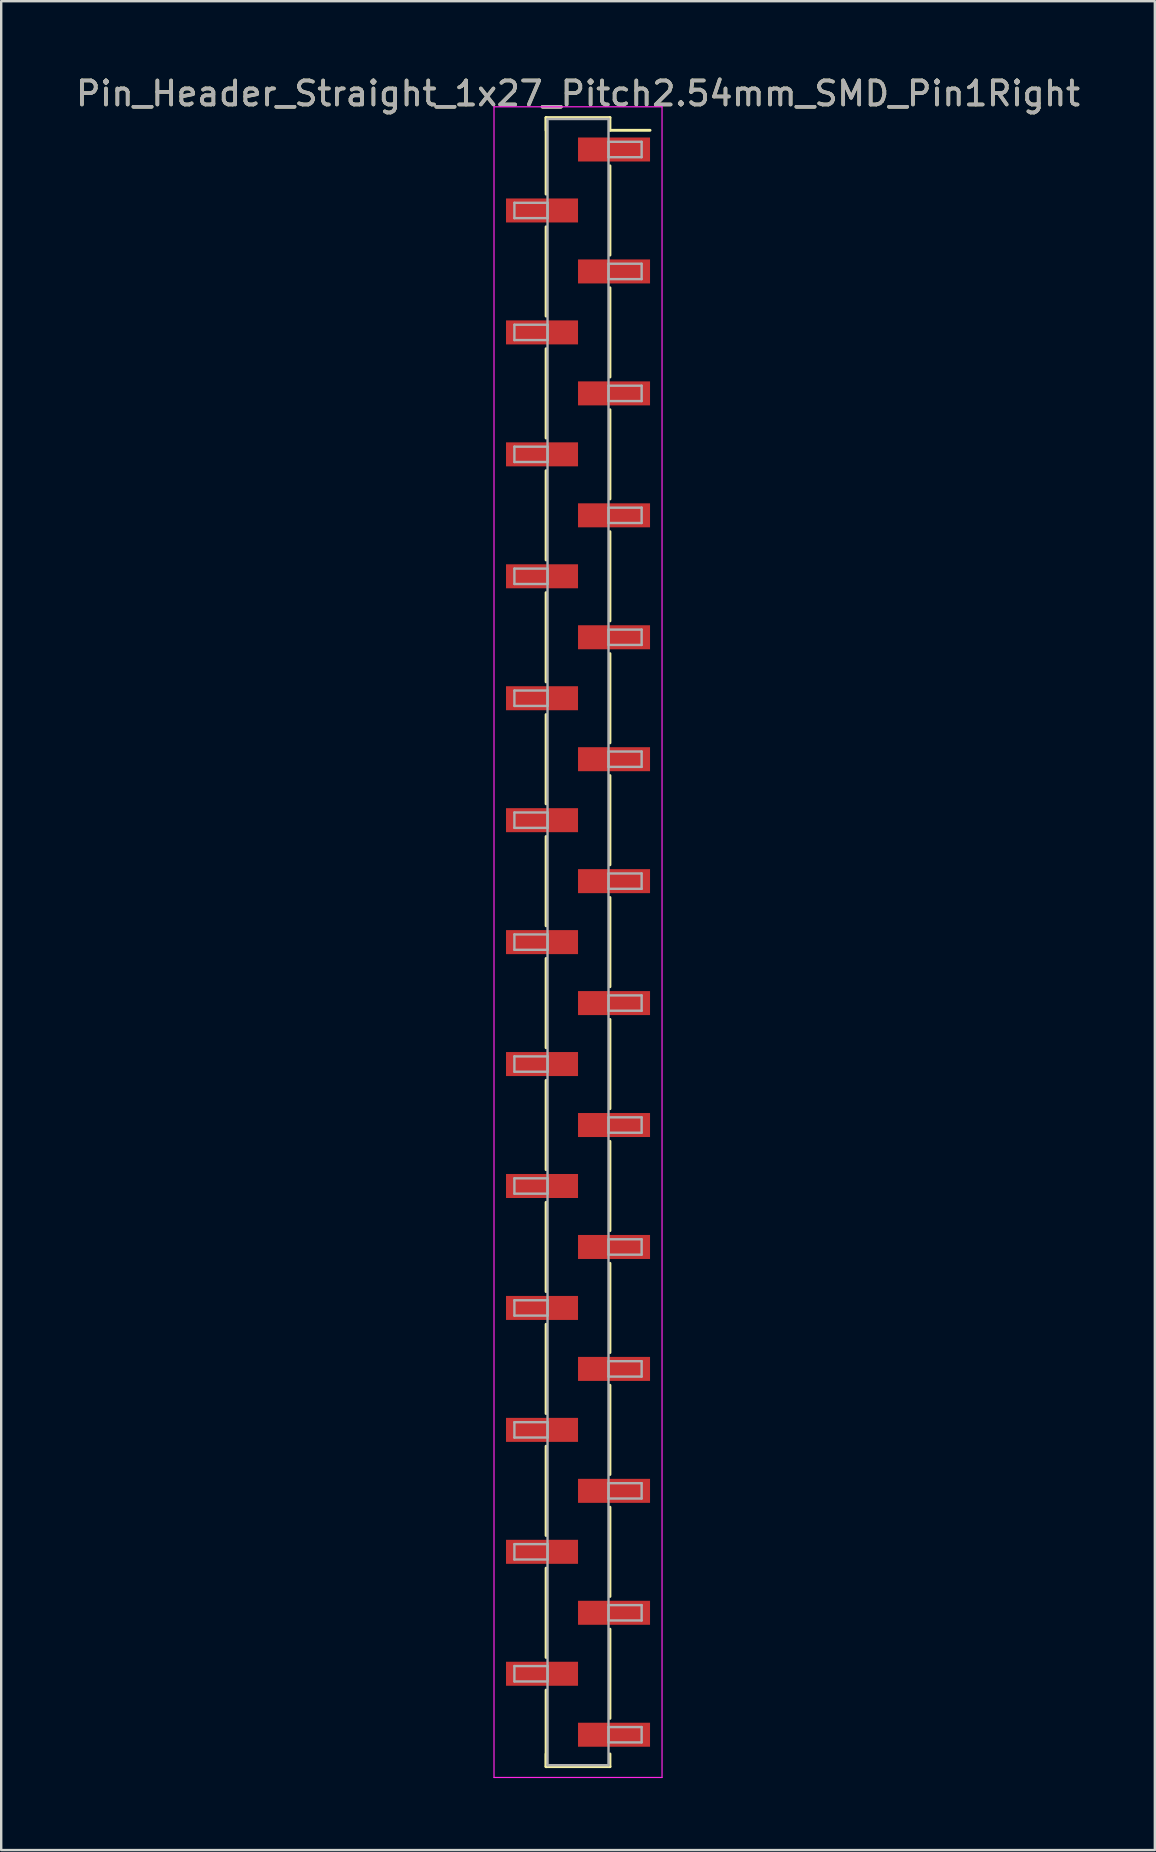
<source format=kicad_pcb>
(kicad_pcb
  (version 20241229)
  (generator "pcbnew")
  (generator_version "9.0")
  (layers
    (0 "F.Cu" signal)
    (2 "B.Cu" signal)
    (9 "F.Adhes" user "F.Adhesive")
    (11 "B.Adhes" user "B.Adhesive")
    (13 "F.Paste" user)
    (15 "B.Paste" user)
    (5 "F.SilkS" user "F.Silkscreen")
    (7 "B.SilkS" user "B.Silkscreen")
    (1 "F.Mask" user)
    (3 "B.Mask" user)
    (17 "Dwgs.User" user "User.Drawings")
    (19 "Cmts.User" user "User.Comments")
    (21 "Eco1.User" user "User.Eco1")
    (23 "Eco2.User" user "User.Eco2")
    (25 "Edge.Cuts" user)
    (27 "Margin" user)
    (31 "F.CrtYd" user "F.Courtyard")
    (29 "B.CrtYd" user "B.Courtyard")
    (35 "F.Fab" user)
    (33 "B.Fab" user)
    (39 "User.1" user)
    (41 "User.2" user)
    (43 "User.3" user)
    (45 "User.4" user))
  (footprint "Pin_Header_Straight_1x27_Pitch2.54mm_SMD_Pin1Right"
    (layer "F.Cu")
    (at 21.03 36.198)
    (property "Reference" "Pin_Header_Straight_1x27_Pitch2.54mm_SMD_Pin1Right" (at 0 -35.35 0) (layer "F.SilkS") (effects (font (size 1 1) (thickness 0.15))))
    (attr smd)
    (fp_line (start -1.33 -34.35) (end -1.33 -31.16) (stroke (width 0.12) (type solid)) (layer "F.SilkS"))
    (fp_line (start -1.33 -34.35) (end 1.33 -34.35) (stroke (width 0.12) (type solid)) (layer "F.SilkS"))
    (fp_line (start -1.33 -33.82) (end -1.33 -34.35) (stroke (width 0.12) (type solid)) (layer "F.SilkS"))
    (fp_line (start -1.33 -29.8) (end -1.33 -26.08) (stroke (width 0.12) (type solid)) (layer "F.SilkS"))
    (fp_line (start -1.33 -24.72) (end -1.33 -21) (stroke (width 0.12) (type solid)) (layer "F.SilkS"))
    (fp_line (start -1.33 -19.64) (end -1.33 -15.92) (stroke (width 0.12) (type solid)) (layer "F.SilkS"))
    (fp_line (start -1.33 -14.56) (end -1.33 -10.84) (stroke (width 0.12) (type solid)) (layer "F.SilkS"))
    (fp_line (start -1.33 -9.48) (end -1.33 -5.76) (stroke (width 0.12) (type solid)) (layer "F.SilkS"))
    (fp_line (start -1.33 -4.4) (end -1.33 -0.68) (stroke (width 0.12) (type solid)) (layer "F.SilkS"))
    (fp_line (start -1.33 0.68) (end -1.33 4.4) (stroke (width 0.12) (type solid)) (layer "F.SilkS"))
    (fp_line (start -1.33 5.76) (end -1.33 9.48) (stroke (width 0.12) (type solid)) (layer "F.SilkS"))
    (fp_line (start -1.33 10.84) (end -1.33 14.56) (stroke (width 0.12) (type solid)) (layer "F.SilkS"))
    (fp_line (start -1.33 15.92) (end -1.33 19.64) (stroke (width 0.12) (type solid)) (layer "F.SilkS"))
    (fp_line (start -1.33 21) (end -1.33 24.72) (stroke (width 0.12) (type solid)) (layer "F.SilkS"))
    (fp_line (start -1.33 26.08) (end -1.33 29.8) (stroke (width 0.12) (type solid)) (layer "F.SilkS"))
    (fp_line (start -1.33 31.16) (end -1.33 34.35) (stroke (width 0.12) (type solid)) (layer "F.SilkS"))
    (fp_line (start -1.33 33.82) (end -1.33 34.35) (stroke (width 0.12) (type solid)) (layer "F.SilkS"))
    (fp_line (start -1.33 34.35) (end 1.33 34.35) (stroke (width 0.12) (type solid)) (layer "F.SilkS"))
    (fp_line (start 1.33 -34.35) (end 1.33 -33.82) (stroke (width 0.12) (type solid)) (layer "F.SilkS"))
    (fp_line (start 1.33 -33.82) (end 3 -33.82) (stroke (width 0.12) (type solid)) (layer "F.SilkS"))
    (fp_line (start 1.33 -32.34) (end 1.33 -28.62) (stroke (width 0.12) (type solid)) (layer "F.SilkS"))
    (fp_line (start 1.33 -27.26) (end 1.33 -23.54) (stroke (width 0.12) (type solid)) (layer "F.SilkS"))
    (fp_line (start 1.33 -22.18) (end 1.33 -18.46) (stroke (width 0.12) (type solid)) (layer "F.SilkS"))
    (fp_line (start 1.33 -17.1) (end 1.33 -13.38) (stroke (width 0.12) (type solid)) (layer "F.SilkS"))
    (fp_line (start 1.33 -12.02) (end 1.33 -8.3) (stroke (width 0.12) (type solid)) (layer "F.SilkS"))
    (fp_line (start 1.33 -6.94) (end 1.33 -3.22) (stroke (width 0.12) (type solid)) (layer "F.SilkS"))
    (fp_line (start 1.33 -1.86) (end 1.33 1.86) (stroke (width 0.12) (type solid)) (layer "F.SilkS"))
    (fp_line (start 1.33 3.22) (end 1.33 6.94) (stroke (width 0.12) (type solid)) (layer "F.SilkS"))
    (fp_line (start 1.33 8.3) (end 1.33 12.02) (stroke (width 0.12) (type solid)) (layer "F.SilkS"))
    (fp_line (start 1.33 13.38) (end 1.33 17.1) (stroke (width 0.12) (type solid)) (layer "F.SilkS"))
    (fp_line (start 1.33 18.46) (end 1.33 22.18) (stroke (width 0.12) (type solid)) (layer "F.SilkS"))
    (fp_line (start 1.33 23.54) (end 1.33 27.26) (stroke (width 0.12) (type solid)) (layer "F.SilkS"))
    (fp_line (start 1.33 28.62) (end 1.33 32.34) (stroke (width 0.12) (type solid)) (layer "F.SilkS"))
    (fp_line (start 1.33 34.35) (end 1.33 33.82) (stroke (width 0.12) (type solid)) (layer "F.SilkS"))
    (fp_line (start -3.5 -34.8) (end -3.5 34.8) (stroke (width 0.05) (type solid)) (layer "F.CrtYd"))
    (fp_line (start -3.5 34.8) (end 3.5 34.8) (stroke (width 0.05) (type solid)) (layer "F.CrtYd"))
    (fp_line (start 3.5 -34.8) (end -3.5 -34.8) (stroke (width 0.05) (type solid)) (layer "F.CrtYd"))
    (fp_line (start 3.5 34.8) (end 3.5 -34.8) (stroke (width 0.05) (type solid)) (layer "F.CrtYd"))
    (fp_line (start -2.65 -30.8) (end -1.27 -30.8) (stroke (width 0.1) (type solid)) (layer "F.Fab"))
    (fp_line (start -2.65 -30.16) (end -2.65 -30.8) (stroke (width 0.1) (type solid)) (layer "F.Fab"))
    (fp_line (start -2.65 -25.72) (end -1.27 -25.72) (stroke (width 0.1) (type solid)) (layer "F.Fab"))
    (fp_line (start -2.65 -25.08) (end -2.65 -25.72) (stroke (width 0.1) (type solid)) (layer "F.Fab"))
    (fp_line (start -2.65 -20.64) (end -1.27 -20.64) (stroke (width 0.1) (type solid)) (layer "F.Fab"))
    (fp_line (start -2.65 -20) (end -2.65 -20.64) (stroke (width 0.1) (type solid)) (layer "F.Fab"))
    (fp_line (start -2.65 -15.56) (end -1.27 -15.56) (stroke (width 0.1) (type solid)) (layer "F.Fab"))
    (fp_line (start -2.65 -14.92) (end -2.65 -15.56) (stroke (width 0.1) (type solid)) (layer "F.Fab"))
    (fp_line (start -2.65 -10.48) (end -1.27 -10.48) (stroke (width 0.1) (type solid)) (layer "F.Fab"))
    (fp_line (start -2.65 -9.84) (end -2.65 -10.48) (stroke (width 0.1) (type solid)) (layer "F.Fab"))
    (fp_line (start -2.65 -5.4) (end -1.27 -5.4) (stroke (width 0.1) (type solid)) (layer "F.Fab"))
    (fp_line (start -2.65 -4.76) (end -2.65 -5.4) (stroke (width 0.1) (type solid)) (layer "F.Fab"))
    (fp_line (start -2.65 -0.32) (end -1.27 -0.32) (stroke (width 0.1) (type solid)) (layer "F.Fab"))
    (fp_line (start -2.65 0.32) (end -2.65 -0.32) (stroke (width 0.1) (type solid)) (layer "F.Fab"))
    (fp_line (start -2.65 4.76) (end -1.27 4.76) (stroke (width 0.1) (type solid)) (layer "F.Fab"))
    (fp_line (start -2.65 5.4) (end -2.65 4.76) (stroke (width 0.1) (type solid)) (layer "F.Fab"))
    (fp_line (start -2.65 9.84) (end -1.27 9.84) (stroke (width 0.1) (type solid)) (layer "F.Fab"))
    (fp_line (start -2.65 10.48) (end -2.65 9.84) (stroke (width 0.1) (type solid)) (layer "F.Fab"))
    (fp_line (start -2.65 14.92) (end -1.27 14.92) (stroke (width 0.1) (type solid)) (layer "F.Fab"))
    (fp_line (start -2.65 15.56) (end -2.65 14.92) (stroke (width 0.1) (type solid)) (layer "F.Fab"))
    (fp_line (start -2.65 20) (end -1.27 20) (stroke (width 0.1) (type solid)) (layer "F.Fab"))
    (fp_line (start -2.65 20.64) (end -2.65 20) (stroke (width 0.1) (type solid)) (layer "F.Fab"))
    (fp_line (start -2.65 25.08) (end -1.27 25.08) (stroke (width 0.1) (type solid)) (layer "F.Fab"))
    (fp_line (start -2.65 25.72) (end -2.65 25.08) (stroke (width 0.1) (type solid)) (layer "F.Fab"))
    (fp_line (start -2.65 30.16) (end -1.27 30.16) (stroke (width 0.1) (type solid)) (layer "F.Fab"))
    (fp_line (start -2.65 30.8) (end -2.65 30.16) (stroke (width 0.1) (type solid)) (layer "F.Fab"))
    (fp_line (start -1.27 -34.29) (end -1.27 34.29) (stroke (width 0.1) (type solid)) (layer "F.Fab"))
    (fp_line (start -1.27 -30.8) (end -1.27 -30.16) (stroke (width 0.1) (type solid)) (layer "F.Fab"))
    (fp_line (start -1.27 -30.16) (end -2.65 -30.16) (stroke (width 0.1) (type solid)) (layer "F.Fab"))
    (fp_line (start -1.27 -25.72) (end -1.27 -25.08) (stroke (width 0.1) (type solid)) (layer "F.Fab"))
    (fp_line (start -1.27 -25.08) (end -2.65 -25.08) (stroke (width 0.1) (type solid)) (layer "F.Fab"))
    (fp_line (start -1.27 -20.64) (end -1.27 -20) (stroke (width 0.1) (type solid)) (layer "F.Fab"))
    (fp_line (start -1.27 -20) (end -2.65 -20) (stroke (width 0.1) (type solid)) (layer "F.Fab"))
    (fp_line (start -1.27 -15.56) (end -1.27 -14.92) (stroke (width 0.1) (type solid)) (layer "F.Fab"))
    (fp_line (start -1.27 -14.92) (end -2.65 -14.92) (stroke (width 0.1) (type solid)) (layer "F.Fab"))
    (fp_line (start -1.27 -10.48) (end -1.27 -9.84) (stroke (width 0.1) (type solid)) (layer "F.Fab"))
    (fp_line (start -1.27 -9.84) (end -2.65 -9.84) (stroke (width 0.1) (type solid)) (layer "F.Fab"))
    (fp_line (start -1.27 -5.4) (end -1.27 -4.76) (stroke (width 0.1) (type solid)) (layer "F.Fab"))
    (fp_line (start -1.27 -4.76) (end -2.65 -4.76) (stroke (width 0.1) (type solid)) (layer "F.Fab"))
    (fp_line (start -1.27 -0.32) (end -1.27 0.32) (stroke (width 0.1) (type solid)) (layer "F.Fab"))
    (fp_line (start -1.27 0.32) (end -2.65 0.32) (stroke (width 0.1) (type solid)) (layer "F.Fab"))
    (fp_line (start -1.27 4.76) (end -1.27 5.4) (stroke (width 0.1) (type solid)) (layer "F.Fab"))
    (fp_line (start -1.27 5.4) (end -2.65 5.4) (stroke (width 0.1) (type solid)) (layer "F.Fab"))
    (fp_line (start -1.27 9.84) (end -1.27 10.48) (stroke (width 0.1) (type solid)) (layer "F.Fab"))
    (fp_line (start -1.27 10.48) (end -2.65 10.48) (stroke (width 0.1) (type solid)) (layer "F.Fab"))
    (fp_line (start -1.27 14.92) (end -1.27 15.56) (stroke (width 0.1) (type solid)) (layer "F.Fab"))
    (fp_line (start -1.27 15.56) (end -2.65 15.56) (stroke (width 0.1) (type solid)) (layer "F.Fab"))
    (fp_line (start -1.27 20) (end -1.27 20.64) (stroke (width 0.1) (type solid)) (layer "F.Fab"))
    (fp_line (start -1.27 20.64) (end -2.65 20.64) (stroke (width 0.1) (type solid)) (layer "F.Fab"))
    (fp_line (start -1.27 25.08) (end -1.27 25.72) (stroke (width 0.1) (type solid)) (layer "F.Fab"))
    (fp_line (start -1.27 25.72) (end -2.65 25.72) (stroke (width 0.1) (type solid)) (layer "F.Fab"))
    (fp_line (start -1.27 30.16) (end -1.27 30.8) (stroke (width 0.1) (type solid)) (layer "F.Fab"))
    (fp_line (start -1.27 30.8) (end -2.65 30.8) (stroke (width 0.1) (type solid)) (layer "F.Fab"))
    (fp_line (start -1.27 34.29) (end 1.27 34.29) (stroke (width 0.1) (type solid)) (layer "F.Fab"))
    (fp_line (start 1.27 -34.29) (end -1.27 -34.29) (stroke (width 0.1) (type solid)) (layer "F.Fab"))
    (fp_line (start 1.27 -33.34) (end 1.27 -32.7) (stroke (width 0.1) (type solid)) (layer "F.Fab"))
    (fp_line (start 1.27 -32.7) (end 2.65 -32.7) (stroke (width 0.1) (type solid)) (layer "F.Fab"))
    (fp_line (start 1.27 -28.26) (end 1.27 -27.62) (stroke (width 0.1) (type solid)) (layer "F.Fab"))
    (fp_line (start 1.27 -27.62) (end 2.65 -27.62) (stroke (width 0.1) (type solid)) (layer "F.Fab"))
    (fp_line (start 1.27 -23.18) (end 1.27 -22.54) (stroke (width 0.1) (type solid)) (layer "F.Fab"))
    (fp_line (start 1.27 -22.54) (end 2.65 -22.54) (stroke (width 0.1) (type solid)) (layer "F.Fab"))
    (fp_line (start 1.27 -18.1) (end 1.27 -17.46) (stroke (width 0.1) (type solid)) (layer "F.Fab"))
    (fp_line (start 1.27 -17.46) (end 2.65 -17.46) (stroke (width 0.1) (type solid)) (layer "F.Fab"))
    (fp_line (start 1.27 -13.02) (end 1.27 -12.38) (stroke (width 0.1) (type solid)) (layer "F.Fab"))
    (fp_line (start 1.27 -12.38) (end 2.65 -12.38) (stroke (width 0.1) (type solid)) (layer "F.Fab"))
    (fp_line (start 1.27 -7.94) (end 1.27 -7.3) (stroke (width 0.1) (type solid)) (layer "F.Fab"))
    (fp_line (start 1.27 -7.3) (end 2.65 -7.3) (stroke (width 0.1) (type solid)) (layer "F.Fab"))
    (fp_line (start 1.27 -2.86) (end 1.27 -2.22) (stroke (width 0.1) (type solid)) (layer "F.Fab"))
    (fp_line (start 1.27 -2.22) (end 2.65 -2.22) (stroke (width 0.1) (type solid)) (layer "F.Fab"))
    (fp_line (start 1.27 2.22) (end 1.27 2.86) (stroke (width 0.1) (type solid)) (layer "F.Fab"))
    (fp_line (start 1.27 2.86) (end 2.65 2.86) (stroke (width 0.1) (type solid)) (layer "F.Fab"))
    (fp_line (start 1.27 7.3) (end 1.27 7.94) (stroke (width 0.1) (type solid)) (layer "F.Fab"))
    (fp_line (start 1.27 7.94) (end 2.65 7.94) (stroke (width 0.1) (type solid)) (layer "F.Fab"))
    (fp_line (start 1.27 12.38) (end 1.27 13.02) (stroke (width 0.1) (type solid)) (layer "F.Fab"))
    (fp_line (start 1.27 13.02) (end 2.65 13.02) (stroke (width 0.1) (type solid)) (layer "F.Fab"))
    (fp_line (start 1.27 17.46) (end 1.27 18.1) (stroke (width 0.1) (type solid)) (layer "F.Fab"))
    (fp_line (start 1.27 18.1) (end 2.65 18.1) (stroke (width 0.1) (type solid)) (layer "F.Fab"))
    (fp_line (start 1.27 22.54) (end 1.27 23.18) (stroke (width 0.1) (type solid)) (layer "F.Fab"))
    (fp_line (start 1.27 23.18) (end 2.65 23.18) (stroke (width 0.1) (type solid)) (layer "F.Fab"))
    (fp_line (start 1.27 27.62) (end 1.27 28.26) (stroke (width 0.1) (type solid)) (layer "F.Fab"))
    (fp_line (start 1.27 28.26) (end 2.65 28.26) (stroke (width 0.1) (type solid)) (layer "F.Fab"))
    (fp_line (start 1.27 32.7) (end 1.27 33.34) (stroke (width 0.1) (type solid)) (layer "F.Fab"))
    (fp_line (start 1.27 33.34) (end 2.65 33.34) (stroke (width 0.1) (type solid)) (layer "F.Fab"))
    (fp_line (start 1.27 34.29) (end 1.27 -34.29) (stroke (width 0.1) (type solid)) (layer "F.Fab"))
    (fp_line (start 2.65 -33.34) (end 1.27 -33.34) (stroke (width 0.1) (type solid)) (layer "F.Fab"))
    (fp_line (start 2.65 -32.7) (end 2.65 -33.34) (stroke (width 0.1) (type solid)) (layer "F.Fab"))
    (fp_line (start 2.65 -28.26) (end 1.27 -28.26) (stroke (width 0.1) (type solid)) (layer "F.Fab"))
    (fp_line (start 2.65 -27.62) (end 2.65 -28.26) (stroke (width 0.1) (type solid)) (layer "F.Fab"))
    (fp_line (start 2.65 -23.18) (end 1.27 -23.18) (stroke (width 0.1) (type solid)) (layer "F.Fab"))
    (fp_line (start 2.65 -22.54) (end 2.65 -23.18) (stroke (width 0.1) (type solid)) (layer "F.Fab"))
    (fp_line (start 2.65 -18.1) (end 1.27 -18.1) (stroke (width 0.1) (type solid)) (layer "F.Fab"))
    (fp_line (start 2.65 -17.46) (end 2.65 -18.1) (stroke (width 0.1) (type solid)) (layer "F.Fab"))
    (fp_line (start 2.65 -13.02) (end 1.27 -13.02) (stroke (width 0.1) (type solid)) (layer "F.Fab"))
    (fp_line (start 2.65 -12.38) (end 2.65 -13.02) (stroke (width 0.1) (type solid)) (layer "F.Fab"))
    (fp_line (start 2.65 -7.94) (end 1.27 -7.94) (stroke (width 0.1) (type solid)) (layer "F.Fab"))
    (fp_line (start 2.65 -7.3) (end 2.65 -7.94) (stroke (width 0.1) (type solid)) (layer "F.Fab"))
    (fp_line (start 2.65 -2.86) (end 1.27 -2.86) (stroke (width 0.1) (type solid)) (layer "F.Fab"))
    (fp_line (start 2.65 -2.22) (end 2.65 -2.86) (stroke (width 0.1) (type solid)) (layer "F.Fab"))
    (fp_line (start 2.65 2.22) (end 1.27 2.22) (stroke (width 0.1) (type solid)) (layer "F.Fab"))
    (fp_line (start 2.65 2.86) (end 2.65 2.22) (stroke (width 0.1) (type solid)) (layer "F.Fab"))
    (fp_line (start 2.65 7.3) (end 1.27 7.3) (stroke (width 0.1) (type solid)) (layer "F.Fab"))
    (fp_line (start 2.65 7.94) (end 2.65 7.3) (stroke (width 0.1) (type solid)) (layer "F.Fab"))
    (fp_line (start 2.65 12.38) (end 1.27 12.38) (stroke (width 0.1) (type solid)) (layer "F.Fab"))
    (fp_line (start 2.65 13.02) (end 2.65 12.38) (stroke (width 0.1) (type solid)) (layer "F.Fab"))
    (fp_line (start 2.65 17.46) (end 1.27 17.46) (stroke (width 0.1) (type solid)) (layer "F.Fab"))
    (fp_line (start 2.65 18.1) (end 2.65 17.46) (stroke (width 0.1) (type solid)) (layer "F.Fab"))
    (fp_line (start 2.65 22.54) (end 1.27 22.54) (stroke (width 0.1) (type solid)) (layer "F.Fab"))
    (fp_line (start 2.65 23.18) (end 2.65 22.54) (stroke (width 0.1) (type solid)) (layer "F.Fab"))
    (fp_line (start 2.65 27.62) (end 1.27 27.62) (stroke (width 0.1) (type solid)) (layer "F.Fab"))
    (fp_line (start 2.65 28.26) (end 2.65 27.62) (stroke (width 0.1) (type solid)) (layer "F.Fab"))
    (fp_line (start 2.65 32.7) (end 1.27 32.7) (stroke (width 0.1) (type solid)) (layer "F.Fab"))
    (fp_line (start 2.65 33.34) (end 2.65 32.7) (stroke (width 0.1) (type solid)) (layer "F.Fab"))
    (fp_text user "${REFERENCE}" (at 0 -35.35 0) (layer "F.Fab") (effects (font (size 1 1) (thickness 0.15))))
    (pad "1" smd rect (at 1.5 -33.02) (size 3 1) (layers "F.Cu" "F.Mask" "F.Paste"))
    (pad "2" smd rect (at -1.5 -30.48) (size 3 1) (layers "F.Cu" "F.Mask" "F.Paste"))
    (pad "3" smd rect (at 1.5 -27.94) (size 3 1) (layers "F.Cu" "F.Mask" "F.Paste"))
    (pad "4" smd rect (at -1.5 -25.4) (size 3 1) (layers "F.Cu" "F.Mask" "F.Paste"))
    (pad "5" smd rect (at 1.5 -22.86) (size 3 1) (layers "F.Cu" "F.Mask" "F.Paste"))
    (pad "6" smd rect (at -1.5 -20.32) (size 3 1) (layers "F.Cu" "F.Mask" "F.Paste"))
    (pad "7" smd rect (at 1.5 -17.78) (size 3 1) (layers "F.Cu" "F.Mask" "F.Paste"))
    (pad "8" smd rect (at -1.5 -15.24) (size 3 1) (layers "F.Cu" "F.Mask" "F.Paste"))
    (pad "9" smd rect (at 1.5 -12.7) (size 3 1) (layers "F.Cu" "F.Mask" "F.Paste"))
    (pad "10" smd rect (at -1.5 -10.16) (size 3 1) (layers "F.Cu" "F.Mask" "F.Paste"))
    (pad "11" smd rect (at 1.5 -7.62) (size 3 1) (layers "F.Cu" "F.Mask" "F.Paste"))
    (pad "12" smd rect (at -1.5 -5.08) (size 3 1) (layers "F.Cu" "F.Mask" "F.Paste"))
    (pad "13" smd rect (at 1.5 -2.54) (size 3 1) (layers "F.Cu" "F.Mask" "F.Paste"))
    (pad "14" smd rect (at -1.5 0) (size 3 1) (layers "F.Cu" "F.Mask" "F.Paste"))
    (pad "15" smd rect (at 1.5 2.54) (size 3 1) (layers "F.Cu" "F.Mask" "F.Paste"))
    (pad "16" smd rect (at -1.5 5.08) (size 3 1) (layers "F.Cu" "F.Mask" "F.Paste"))
    (pad "17" smd rect (at 1.5 7.62) (size 3 1) (layers "F.Cu" "F.Mask" "F.Paste"))
    (pad "18" smd rect (at -1.5 10.16) (size 3 1) (layers "F.Cu" "F.Mask" "F.Paste"))
    (pad "19" smd rect (at 1.5 12.7) (size 3 1) (layers "F.Cu" "F.Mask" "F.Paste"))
    (pad "20" smd rect (at -1.5 15.24) (size 3 1) (layers "F.Cu" "F.Mask" "F.Paste"))
    (pad "21" smd rect (at 1.5 17.78) (size 3 1) (layers "F.Cu" "F.Mask" "F.Paste"))
    (pad "22" smd rect (at -1.5 20.32) (size 3 1) (layers "F.Cu" "F.Mask" "F.Paste"))
    (pad "23" smd rect (at 1.5 22.86) (size 3 1) (layers "F.Cu" "F.Mask" "F.Paste"))
    (pad "24" smd rect (at -1.5 25.4) (size 3 1) (layers "F.Cu" "F.Mask" "F.Paste"))
    (pad "25" smd rect (at 1.5 27.94) (size 3 1) (layers "F.Cu" "F.Mask" "F.Paste"))
    (pad "26" smd rect (at -1.5 30.48) (size 3 1) (layers "F.Cu" "F.Mask" "F.Paste"))
    (pad "27" smd rect (at 1.5 33.02) (size 3 1) (layers "F.Cu" "F.Mask" "F.Paste")))
  (gr_rect
    (start -3 -3)
    (end 45.06 74.023)
    (stroke (width 0.1) (type default))
    (fill no)
    (layer "Edge.Cuts")))
</source>
